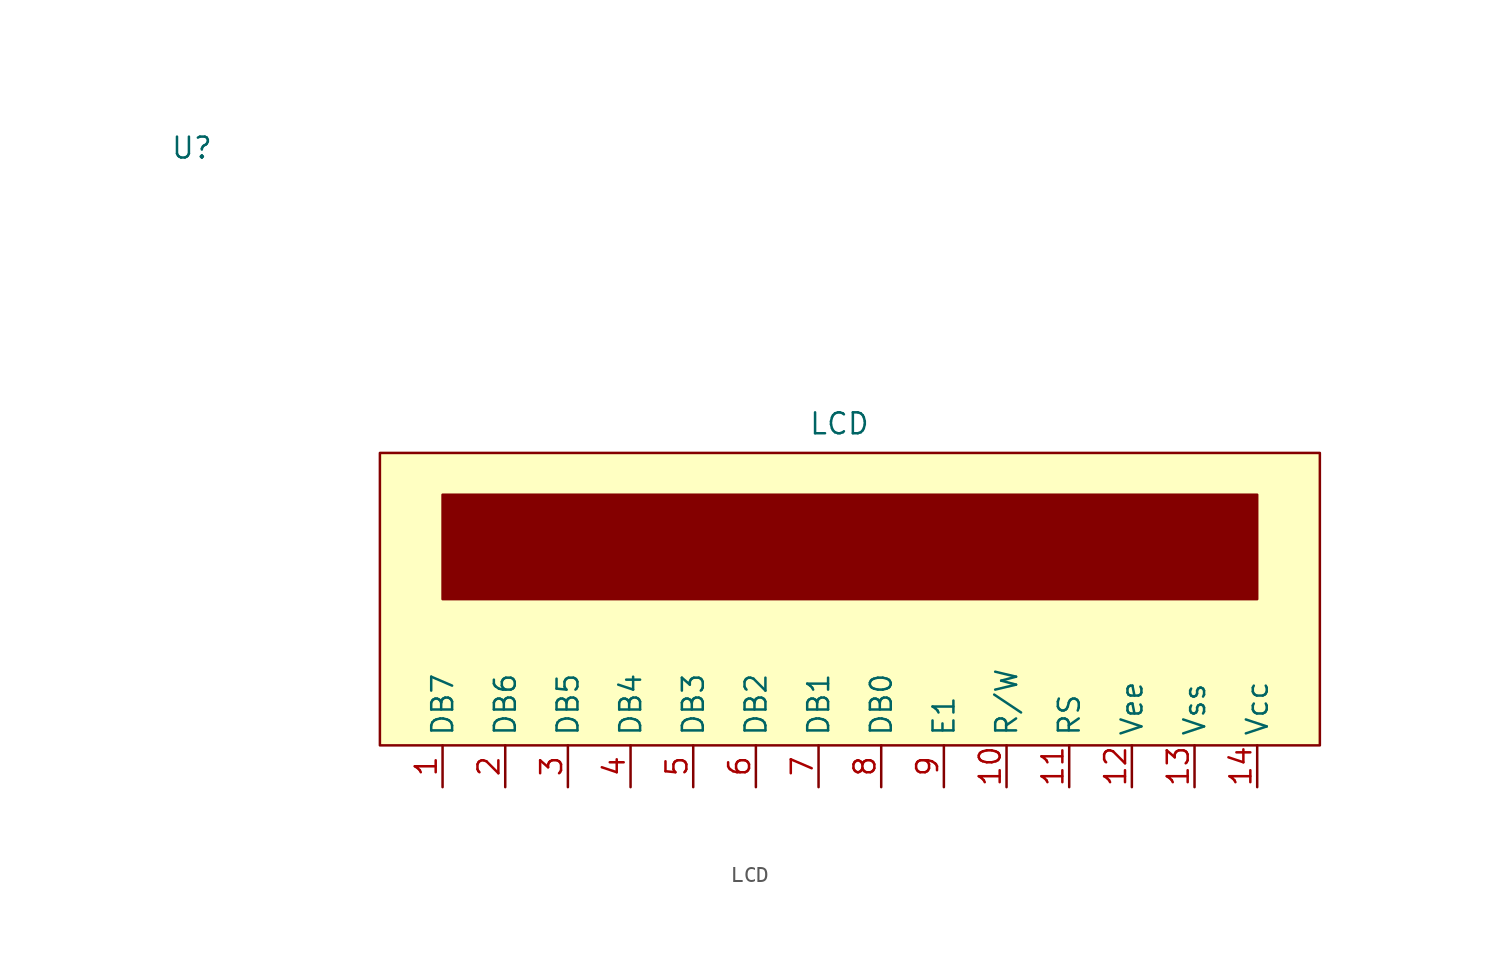
<source format=kicad_sym>
(kicad_symbol_lib
  (version 20241209)
  (generator "kicad_symbol_editor")
  (generator_version "9.0")
  (symbol "LCD"
    (property "Reference" "U"
      (at 0 12.192 0)
      (effects (font (size 1.27 1.27))))
    (property "Value" "LCD"
      (at 39.37 -4.572 0)
      (effects (font (size 1.27 1.27))))
    (symbol "LCD_1_1"
      (rectangle (start 11.43 -6.35) (end 68.58 -24.13) (stroke (width 0) (type solid)) (fill (type background)))
      (rectangle (start 15.24 -8.89) (end 64.77 -15.24) (stroke (width 0) (type solid)) (fill (type outline)))
      (pin bidirectional line (at 15.24 -26.67 90) (length 2.54) (name "DB7" (effects (font (size 1.27 1.27)))) (number "1" (effects (font (size 1.27 1.27)))))
      (pin bidirectional line (at 19.05 -26.67 90) (length 2.54) (name "DB6" (effects (font (size 1.27 1.27)))) (number "2" (effects (font (size 1.27 1.27)))))
      (pin bidirectional line (at 22.86 -26.67 90) (length 2.54) (name "DB5" (effects (font (size 1.27 1.27)))) (number "3" (effects (font (size 1.27 1.27)))))
      (pin bidirectional line (at 26.67 -26.67 90) (length 2.54) (name "DB4" (effects (font (size 1.27 1.27)))) (number "4" (effects (font (size 1.27 1.27)))))
      (pin bidirectional line (at 30.48 -26.67 90) (length 2.54) (name "DB3" (effects (font (size 1.27 1.27)))) (number "5" (effects (font (size 1.27 1.27)))))
      (pin bidirectional line (at 34.29 -26.67 90) (length 2.54) (name "DB2" (effects (font (size 1.27 1.27)))) (number "6" (effects (font (size 1.27 1.27)))))
      (pin bidirectional line (at 38.1 -26.67 90) (length 2.54) (name "DB1" (effects (font (size 1.27 1.27)))) (number "7" (effects (font (size 1.27 1.27)))))
      (pin bidirectional line (at 41.91 -26.67 90) (length 2.54) (name "DB0" (effects (font (size 1.27 1.27)))) (number "8" (effects (font (size 1.27 1.27)))))
      (pin input line (at 45.72 -26.67 90) (length 2.54) (name "E1" (effects (font (size 1.27 1.27)))) (number "9" (effects (font (size 1.27 1.27)))))
      (pin input line (at 49.53 -26.67 90) (length 2.54) (name "R/W" (effects (font (size 1.27 1.27)))) (number "10" (effects (font (size 1.27 1.27)))))
      (pin input line (at 53.34 -26.67 90) (length 2.54) (name "RS" (effects (font (size 1.27 1.27)))) (number "11" (effects (font (size 1.27 1.27)))))
      (pin power_in line (at 57.15 -26.67 90) (length 2.54) (name "Vee" (effects (font (size 1.27 1.27)))) (number "12" (effects (font (size 1.27 1.27)))))
      (pin power_in line (at 60.96 -26.67 90) (length 2.54) (name "Vss" (effects (font (size 1.27 1.27)))) (number "13" (effects (font (size 1.27 1.27)))))
      (pin power_in line (at 64.77 -26.67 90) (length 2.54) (name "Vcc" (effects (font (size 1.27 1.27)))) (number "14" (effects (font (size 1.27 1.27))))))))
</source>
